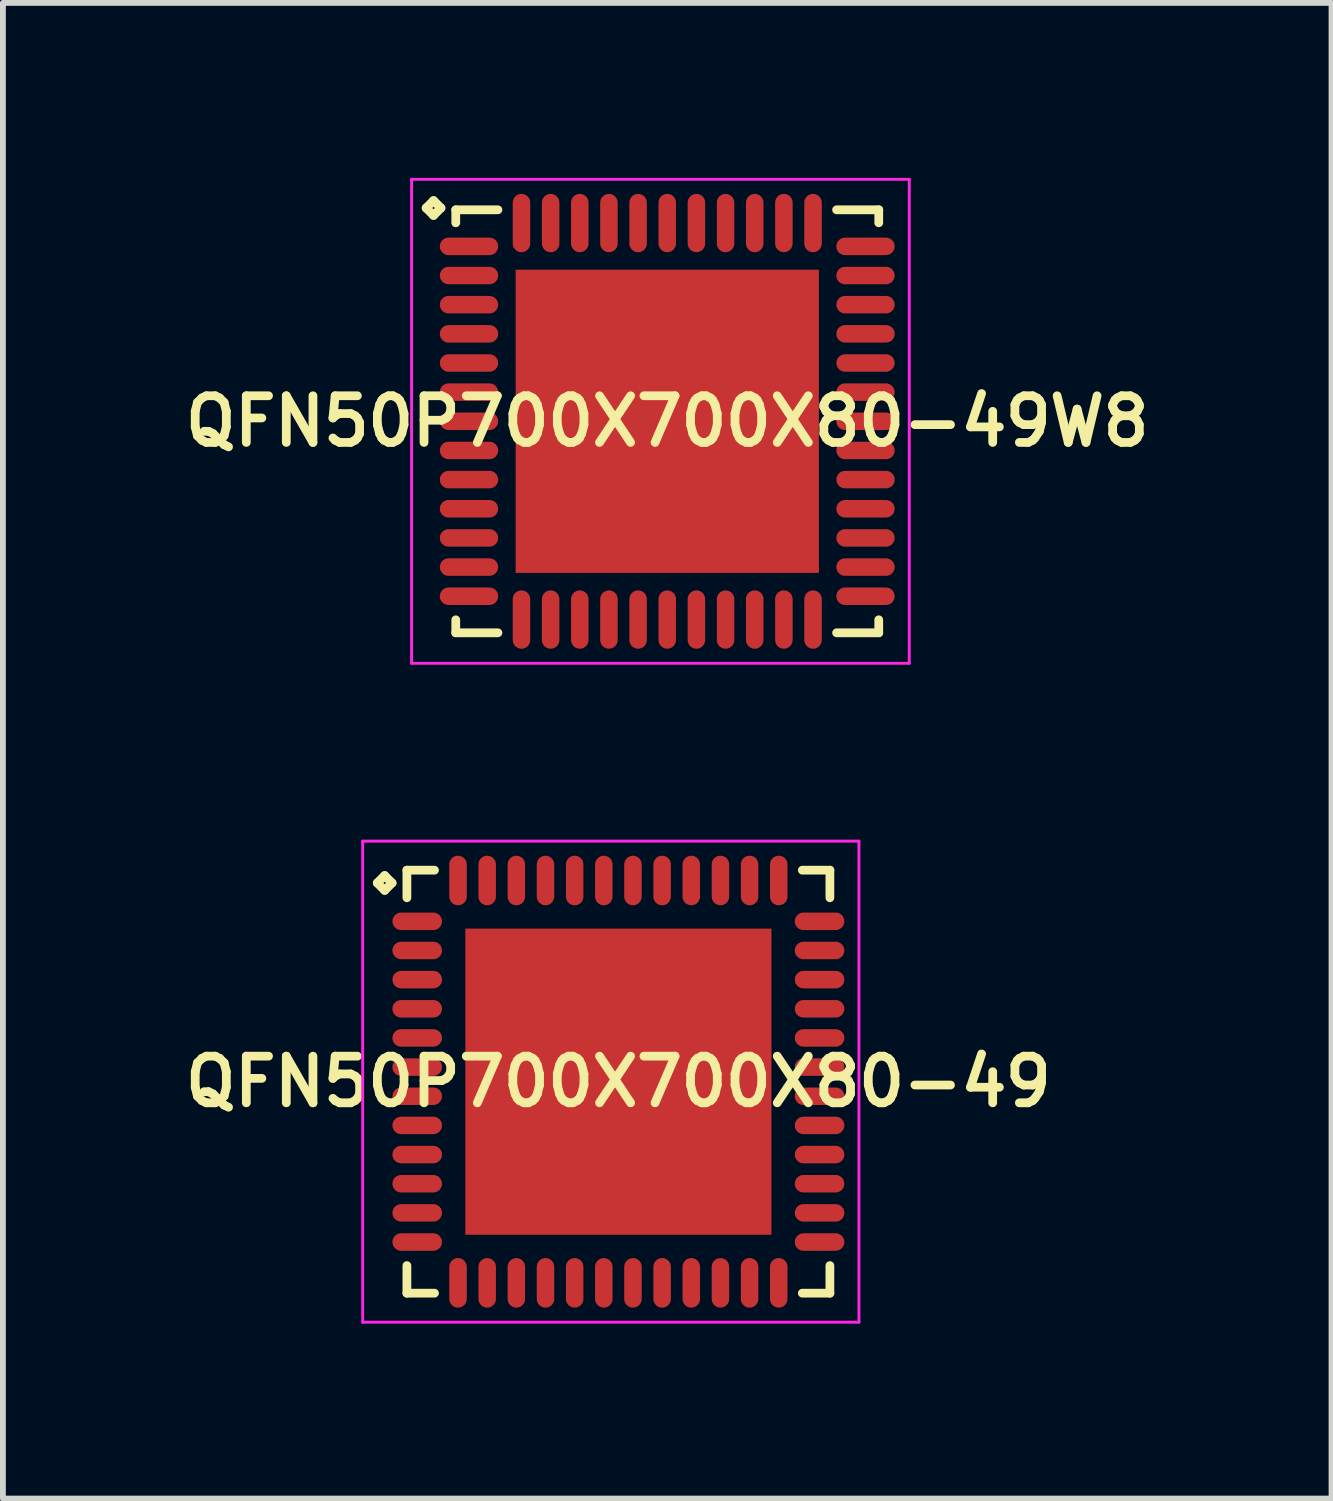
<source format=kicad_pcb>
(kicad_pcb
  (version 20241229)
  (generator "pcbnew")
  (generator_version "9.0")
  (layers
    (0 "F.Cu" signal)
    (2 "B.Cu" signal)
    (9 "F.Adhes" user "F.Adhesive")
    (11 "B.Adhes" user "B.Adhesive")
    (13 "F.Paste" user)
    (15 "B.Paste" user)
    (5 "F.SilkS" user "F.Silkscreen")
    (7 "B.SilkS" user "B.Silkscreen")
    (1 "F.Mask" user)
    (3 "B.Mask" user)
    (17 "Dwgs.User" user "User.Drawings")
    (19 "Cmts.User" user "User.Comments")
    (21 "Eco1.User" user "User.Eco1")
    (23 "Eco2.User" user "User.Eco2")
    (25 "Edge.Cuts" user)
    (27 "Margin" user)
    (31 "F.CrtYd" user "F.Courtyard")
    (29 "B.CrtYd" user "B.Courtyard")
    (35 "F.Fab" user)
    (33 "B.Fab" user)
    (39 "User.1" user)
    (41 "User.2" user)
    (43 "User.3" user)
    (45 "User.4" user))
  (footprint "QFN50P700X700X80-49W8"
    (layer "F.Cu")
    (at 8.393 4.175)
    (property "Reference" "QFN50P700X700X80-49W8" (at 0 0 0) (layer "F.SilkS") (effects (font (size 0.8 0.8) (thickness 0.15))))
    (attr smd)
    (fp_line (start -4.135 -3.658) (end -4.008 -3.785) (stroke (width 0.15) (type solid)) (layer "F.SilkS"))
    (fp_line (start -4.008 -3.785) (end -3.881 -3.658) (stroke (width 0.15) (type solid)) (layer "F.SilkS"))
    (fp_line (start -4.008 -3.531) (end -4.135 -3.658) (stroke (width 0.15) (type solid)) (layer "F.SilkS"))
    (fp_line (start -3.881 -3.658) (end -4.008 -3.531) (stroke (width 0.15) (type solid)) (layer "F.SilkS"))
    (fp_line (start -3.627 -3.627) (end -2.904 -3.627) (stroke (width 0.15) (type solid)) (layer "F.SilkS"))
    (fp_line (start -3.627 -3.404) (end -3.627 -3.627) (stroke (width 0.15) (type solid)) (layer "F.SilkS"))
    (fp_line (start -3.627 3.404) (end -3.627 3.627) (stroke (width 0.15) (type solid)) (layer "F.SilkS"))
    (fp_line (start -3.627 3.627) (end -2.904 3.627) (stroke (width 0.15) (type solid)) (layer "F.SilkS"))
    (fp_line (start 2.904 -3.627) (end 3.627 -3.627) (stroke (width 0.15) (type solid)) (layer "F.SilkS"))
    (fp_line (start 2.904 3.627) (end 3.627 3.627) (stroke (width 0.15) (type solid)) (layer "F.SilkS"))
    (fp_line (start 3.627 -3.627) (end 3.627 -3.404) (stroke (width 0.15) (type solid)) (layer "F.SilkS"))
    (fp_line (start 3.627 3.627) (end 3.627 3.404) (stroke (width 0.15) (type solid)) (layer "F.SilkS"))
    (fp_line (start -4.385 -4.15) (end 4.15 -4.15) (stroke (width 0.05) (type solid)) (layer "F.CrtYd"))
    (fp_line (start -4.385 4.15) (end -4.385 -4.15) (stroke (width 0.05) (type solid)) (layer "F.CrtYd"))
    (fp_line (start 4.15 -4.15) (end 4.15 4.15) (stroke (width 0.05) (type solid)) (layer "F.CrtYd"))
    (fp_line (start 4.15 4.15) (end -4.385 4.15) (stroke (width 0.05) (type solid)) (layer "F.CrtYd"))
    (pad "1" smd oval (at -3.4 -3) (size 1 0.3) (layers "F.Cu" "F.Mask" "F.Paste"))
    (pad "2" smd oval (at -3.4 -2.5) (size 1 0.3) (layers "F.Cu" "F.Mask" "F.Paste"))
    (pad "3" smd oval (at -3.4 -2) (size 1 0.3) (layers "F.Cu" "F.Mask" "F.Paste"))
    (pad "4" smd oval (at -3.4 -1.5) (size 1 0.3) (layers "F.Cu" "F.Mask" "F.Paste"))
    (pad "5" smd oval (at -3.4 -1) (size 1 0.3) (layers "F.Cu" "F.Mask" "F.Paste"))
    (pad "6" smd oval (at -3.4 -0.5) (size 1 0.3) (layers "F.Cu" "F.Mask" "F.Paste"))
    (pad "7" smd oval (at -3.4 0) (size 1 0.3) (layers "F.Cu" "F.Mask" "F.Paste"))
    (pad "8" smd oval (at -3.4 0.5) (size 1 0.3) (layers "F.Cu" "F.Mask" "F.Paste"))
    (pad "9" smd oval (at -3.4 1) (size 1 0.3) (layers "F.Cu" "F.Mask" "F.Paste"))
    (pad "10" smd oval (at -3.4 1.5) (size 1 0.3) (layers "F.Cu" "F.Mask" "F.Paste"))
    (pad "11" smd oval (at -3.4 2) (size 1 0.3) (layers "F.Cu" "F.Mask" "F.Paste"))
    (pad "12" smd oval (at -3.4 2.5) (size 1 0.3) (layers "F.Cu" "F.Mask" "F.Paste"))
    (pad "13" smd oval (at -3.4 3) (size 1 0.3) (layers "F.Cu" "F.Mask" "F.Paste"))
    (pad "14" smd oval (at -2.5 3.4) (size 0.3 1) (layers "F.Cu" "F.Mask" "F.Paste"))
    (pad "15" smd oval (at -2 3.4) (size 0.3 1) (layers "F.Cu" "F.Mask" "F.Paste"))
    (pad "16" smd oval (at -1.5 3.4) (size 0.3 1) (layers "F.Cu" "F.Mask" "F.Paste"))
    (pad "17" smd oval (at -1 3.4) (size 0.3 1) (layers "F.Cu" "F.Mask" "F.Paste"))
    (pad "18" smd oval (at -0.5 3.4) (size 0.3 1) (layers "F.Cu" "F.Mask" "F.Paste"))
    (pad "19" smd oval (at 0 3.4) (size 0.3 1) (layers "F.Cu" "F.Mask" "F.Paste"))
    (pad "20" smd oval (at 0.5 3.4) (size 0.3 1) (layers "F.Cu" "F.Mask" "F.Paste"))
    (pad "21" smd oval (at 1 3.4) (size 0.3 1) (layers "F.Cu" "F.Mask" "F.Paste"))
    (pad "22" smd oval (at 1.5 3.4) (size 0.3 1) (layers "F.Cu" "F.Mask" "F.Paste"))
    (pad "23" smd oval (at 2 3.4) (size 0.3 1) (layers "F.Cu" "F.Mask" "F.Paste"))
    (pad "24" smd oval (at 2.5 3.4) (size 0.3 1) (layers "F.Cu" "F.Mask" "F.Paste"))
    (pad "25" smd oval (at 3.4 3) (size 1 0.3) (layers "F.Cu" "F.Mask" "F.Paste"))
    (pad "26" smd oval (at 3.4 2.5) (size 1 0.3) (layers "F.Cu" "F.Mask" "F.Paste"))
    (pad "27" smd oval (at 3.4 2) (size 1 0.3) (layers "F.Cu" "F.Mask" "F.Paste"))
    (pad "28" smd oval (at 3.4 1.5) (size 1 0.3) (layers "F.Cu" "F.Mask" "F.Paste"))
    (pad "29" smd oval (at 3.4 1) (size 1 0.3) (layers "F.Cu" "F.Mask" "F.Paste"))
    (pad "30" smd oval (at 3.4 0.5) (size 1 0.3) (layers "F.Cu" "F.Mask" "F.Paste"))
    (pad "31" smd oval (at 3.4 0) (size 1 0.3) (layers "F.Cu" "F.Mask" "F.Paste"))
    (pad "32" smd oval (at 3.4 -0.5) (size 1 0.3) (layers "F.Cu" "F.Mask" "F.Paste"))
    (pad "33" smd oval (at 3.4 -1) (size 1 0.3) (layers "F.Cu" "F.Mask" "F.Paste"))
    (pad "34" smd oval (at 3.4 -1.5) (size 1 0.3) (layers "F.Cu" "F.Mask" "F.Paste"))
    (pad "35" smd oval (at 3.4 -2) (size 1 0.3) (layers "F.Cu" "F.Mask" "F.Paste"))
    (pad "36" smd oval (at 3.4 -2.5) (size 1 0.3) (layers "F.Cu" "F.Mask" "F.Paste"))
    (pad "37" smd oval (at 3.4 -3) (size 1 0.3) (layers "F.Cu" "F.Mask" "F.Paste"))
    (pad "38" smd oval (at 2.5 -3.4) (size 0.3 1) (layers "F.Cu" "F.Mask" "F.Paste"))
    (pad "39" smd oval (at 2 -3.4) (size 0.3 1) (layers "F.Cu" "F.Mask" "F.Paste"))
    (pad "40" smd oval (at 1.5 -3.4) (size 0.3 1) (layers "F.Cu" "F.Mask" "F.Paste"))
    (pad "41" smd oval (at 1 -3.4) (size 0.3 1) (layers "F.Cu" "F.Mask" "F.Paste"))
    (pad "42" smd oval (at 0.5 -3.4) (size 0.3 1) (layers "F.Cu" "F.Mask" "F.Paste"))
    (pad "43" smd oval (at 0 -3.4) (size 0.3 1) (layers "F.Cu" "F.Mask" "F.Paste"))
    (pad "44" smd oval (at -0.5 -3.4) (size 0.3 1) (layers "F.Cu" "F.Mask" "F.Paste"))
    (pad "45" smd oval (at -1 -3.4) (size 0.3 1) (layers "F.Cu" "F.Mask" "F.Paste"))
    (pad "46" smd oval (at -1.5 -3.4) (size 0.3 1) (layers "F.Cu" "F.Mask" "F.Paste"))
    (pad "47" smd oval (at -2 -3.4) (size 0.3 1) (layers "F.Cu" "F.Mask" "F.Paste"))
    (pad "48" smd oval (at -2.5 -3.4) (size 0.3 1) (layers "F.Cu" "F.Mask" "F.Paste"))
    (pad "49" smd rect (at 0 0) (size 5.2 5.2) (layers "F.Cu" "F.Mask" "F.Paste")))
  (footprint "QFN50P700X700X80-49"
    (layer "F.Cu")
    (at 7.555 15.5)
    (property "Reference" "QFN50P700X700X80-49" (at 0 0 0) (layer "F.SilkS") (effects (font (size 0.8 0.8) (thickness 0.15))))
    (attr smd)
    (fp_line (start -4.135 -3.408) (end -4.008 -3.535) (stroke (width 0.15) (type solid)) (layer "F.SilkS"))
    (fp_line (start -4.008 -3.535) (end -3.881 -3.408) (stroke (width 0.15) (type solid)) (layer "F.SilkS"))
    (fp_line (start -4.008 -3.281) (end -4.135 -3.408) (stroke (width 0.15) (type solid)) (layer "F.SilkS"))
    (fp_line (start -3.881 -3.408) (end -4.008 -3.281) (stroke (width 0.15) (type solid)) (layer "F.SilkS"))
    (fp_line (start -3.627 -3.627) (end -3.154 -3.627) (stroke (width 0.15) (type solid)) (layer "F.SilkS"))
    (fp_line (start -3.627 -3.154) (end -3.627 -3.627) (stroke (width 0.15) (type solid)) (layer "F.SilkS"))
    (fp_line (start -3.627 3.154) (end -3.627 3.627) (stroke (width 0.15) (type solid)) (layer "F.SilkS"))
    (fp_line (start -3.627 3.627) (end -3.154 3.627) (stroke (width 0.15) (type solid)) (layer "F.SilkS"))
    (fp_line (start 3.154 -3.627) (end 3.627 -3.627) (stroke (width 0.15) (type solid)) (layer "F.SilkS"))
    (fp_line (start 3.154 3.627) (end 3.627 3.627) (stroke (width 0.15) (type solid)) (layer "F.SilkS"))
    (fp_line (start 3.627 -3.627) (end 3.627 -3.154) (stroke (width 0.15) (type solid)) (layer "F.SilkS"))
    (fp_line (start 3.627 3.627) (end 3.627 3.154) (stroke (width 0.15) (type solid)) (layer "F.SilkS"))
    (fp_line (start -4.385 -4.125) (end 4.125 -4.125) (stroke (width 0.05) (type solid)) (layer "F.CrtYd"))
    (fp_line (start -4.385 4.125) (end -4.385 -4.125) (stroke (width 0.05) (type solid)) (layer "F.CrtYd"))
    (fp_line (start 4.125 -4.125) (end 4.125 4.125) (stroke (width 0.05) (type solid)) (layer "F.CrtYd"))
    (fp_line (start 4.125 4.125) (end -4.385 4.125) (stroke (width 0.05) (type solid)) (layer "F.CrtYd"))
    (pad "1" smd oval (at -3.45 -2.75) (size 0.85 0.3) (layers "F.Cu" "F.Mask" "F.Paste"))
    (pad "2" smd oval (at -3.45 -2.25) (size 0.85 0.3) (layers "F.Cu" "F.Mask" "F.Paste"))
    (pad "3" smd oval (at -3.45 -1.75) (size 0.85 0.3) (layers "F.Cu" "F.Mask" "F.Paste"))
    (pad "4" smd oval (at -3.45 -1.25) (size 0.85 0.3) (layers "F.Cu" "F.Mask" "F.Paste"))
    (pad "5" smd oval (at -3.45 -0.75) (size 0.85 0.3) (layers "F.Cu" "F.Mask" "F.Paste"))
    (pad "6" smd oval (at -3.45 -0.25) (size 0.85 0.3) (layers "F.Cu" "F.Mask" "F.Paste"))
    (pad "7" smd oval (at -3.45 0.25) (size 0.85 0.3) (layers "F.Cu" "F.Mask" "F.Paste"))
    (pad "8" smd oval (at -3.45 0.75) (size 0.85 0.3) (layers "F.Cu" "F.Mask" "F.Paste"))
    (pad "9" smd oval (at -3.45 1.25) (size 0.85 0.3) (layers "F.Cu" "F.Mask" "F.Paste"))
    (pad "10" smd oval (at -3.45 1.75) (size 0.85 0.3) (layers "F.Cu" "F.Mask" "F.Paste"))
    (pad "11" smd oval (at -3.45 2.25) (size 0.85 0.3) (layers "F.Cu" "F.Mask" "F.Paste"))
    (pad "12" smd oval (at -3.45 2.75) (size 0.85 0.3) (layers "F.Cu" "F.Mask" "F.Paste"))
    (pad "13" smd oval (at -2.75 3.45) (size 0.3 0.85) (layers "F.Cu" "F.Mask" "F.Paste"))
    (pad "14" smd oval (at -2.25 3.45) (size 0.3 0.85) (layers "F.Cu" "F.Mask" "F.Paste"))
    (pad "15" smd oval (at -1.75 3.45) (size 0.3 0.85) (layers "F.Cu" "F.Mask" "F.Paste"))
    (pad "16" smd oval (at -1.25 3.45) (size 0.3 0.85) (layers "F.Cu" "F.Mask" "F.Paste"))
    (pad "17" smd oval (at -0.75 3.45) (size 0.3 0.85) (layers "F.Cu" "F.Mask" "F.Paste"))
    (pad "18" smd oval (at -0.25 3.45) (size 0.3 0.85) (layers "F.Cu" "F.Mask" "F.Paste"))
    (pad "19" smd oval (at 0.25 3.45) (size 0.3 0.85) (layers "F.Cu" "F.Mask" "F.Paste"))
    (pad "20" smd oval (at 0.75 3.45) (size 0.3 0.85) (layers "F.Cu" "F.Mask" "F.Paste"))
    (pad "21" smd oval (at 1.25 3.45) (size 0.3 0.85) (layers "F.Cu" "F.Mask" "F.Paste"))
    (pad "22" smd oval (at 1.75 3.45) (size 0.3 0.85) (layers "F.Cu" "F.Mask" "F.Paste"))
    (pad "23" smd oval (at 2.25 3.45) (size 0.3 0.85) (layers "F.Cu" "F.Mask" "F.Paste"))
    (pad "24" smd oval (at 2.75 3.45) (size 0.3 0.85) (layers "F.Cu" "F.Mask" "F.Paste"))
    (pad "25" smd oval (at 3.45 2.75) (size 0.85 0.3) (layers "F.Cu" "F.Mask" "F.Paste"))
    (pad "26" smd oval (at 3.45 2.25) (size 0.85 0.3) (layers "F.Cu" "F.Mask" "F.Paste"))
    (pad "27" smd oval (at 3.45 1.75) (size 0.85 0.3) (layers "F.Cu" "F.Mask" "F.Paste"))
    (pad "28" smd oval (at 3.45 1.25) (size 0.85 0.3) (layers "F.Cu" "F.Mask" "F.Paste"))
    (pad "29" smd oval (at 3.45 0.75) (size 0.85 0.3) (layers "F.Cu" "F.Mask" "F.Paste"))
    (pad "30" smd oval (at 3.45 0.25) (size 0.85 0.3) (layers "F.Cu" "F.Mask" "F.Paste"))
    (pad "31" smd oval (at 3.45 -0.25) (size 0.85 0.3) (layers "F.Cu" "F.Mask" "F.Paste"))
    (pad "32" smd oval (at 3.45 -0.75) (size 0.85 0.3) (layers "F.Cu" "F.Mask" "F.Paste"))
    (pad "33" smd oval (at 3.45 -1.25) (size 0.85 0.3) (layers "F.Cu" "F.Mask" "F.Paste"))
    (pad "34" smd oval (at 3.45 -1.75) (size 0.85 0.3) (layers "F.Cu" "F.Mask" "F.Paste"))
    (pad "35" smd oval (at 3.45 -2.25) (size 0.85 0.3) (layers "F.Cu" "F.Mask" "F.Paste"))
    (pad "36" smd oval (at 3.45 -2.75) (size 0.85 0.3) (layers "F.Cu" "F.Mask" "F.Paste"))
    (pad "37" smd oval (at 2.75 -3.45) (size 0.3 0.85) (layers "F.Cu" "F.Mask" "F.Paste"))
    (pad "38" smd oval (at 2.25 -3.45) (size 0.3 0.85) (layers "F.Cu" "F.Mask" "F.Paste"))
    (pad "39" smd oval (at 1.75 -3.45) (size 0.3 0.85) (layers "F.Cu" "F.Mask" "F.Paste"))
    (pad "40" smd oval (at 1.25 -3.45) (size 0.3 0.85) (layers "F.Cu" "F.Mask" "F.Paste"))
    (pad "41" smd oval (at 0.75 -3.45) (size 0.3 0.85) (layers "F.Cu" "F.Mask" "F.Paste"))
    (pad "42" smd oval (at 0.25 -3.45) (size 0.3 0.85) (layers "F.Cu" "F.Mask" "F.Paste"))
    (pad "43" smd oval (at -0.25 -3.45) (size 0.3 0.85) (layers "F.Cu" "F.Mask" "F.Paste"))
    (pad "44" smd oval (at -0.75 -3.45) (size 0.3 0.85) (layers "F.Cu" "F.Mask" "F.Paste"))
    (pad "45" smd oval (at -1.25 -3.45) (size 0.3 0.85) (layers "F.Cu" "F.Mask" "F.Paste"))
    (pad "46" smd oval (at -1.75 -3.45) (size 0.3 0.85) (layers "F.Cu" "F.Mask" "F.Paste"))
    (pad "47" smd oval (at -2.25 -3.45) (size 0.3 0.85) (layers "F.Cu" "F.Mask" "F.Paste"))
    (pad "48" smd oval (at -2.75 -3.45) (size 0.3 0.85) (layers "F.Cu" "F.Mask" "F.Paste"))
    (pad "49" smd rect (at 0 0) (size 5.25 5.25) (layers "F.Cu" "F.Mask" "F.Paste")))
  (gr_rect
    (start -3 -3)
    (end 19.785 22.65)
    (stroke (width 0.1) (type default))
    (fill no)
    (layer "Edge.Cuts")))
</source>
